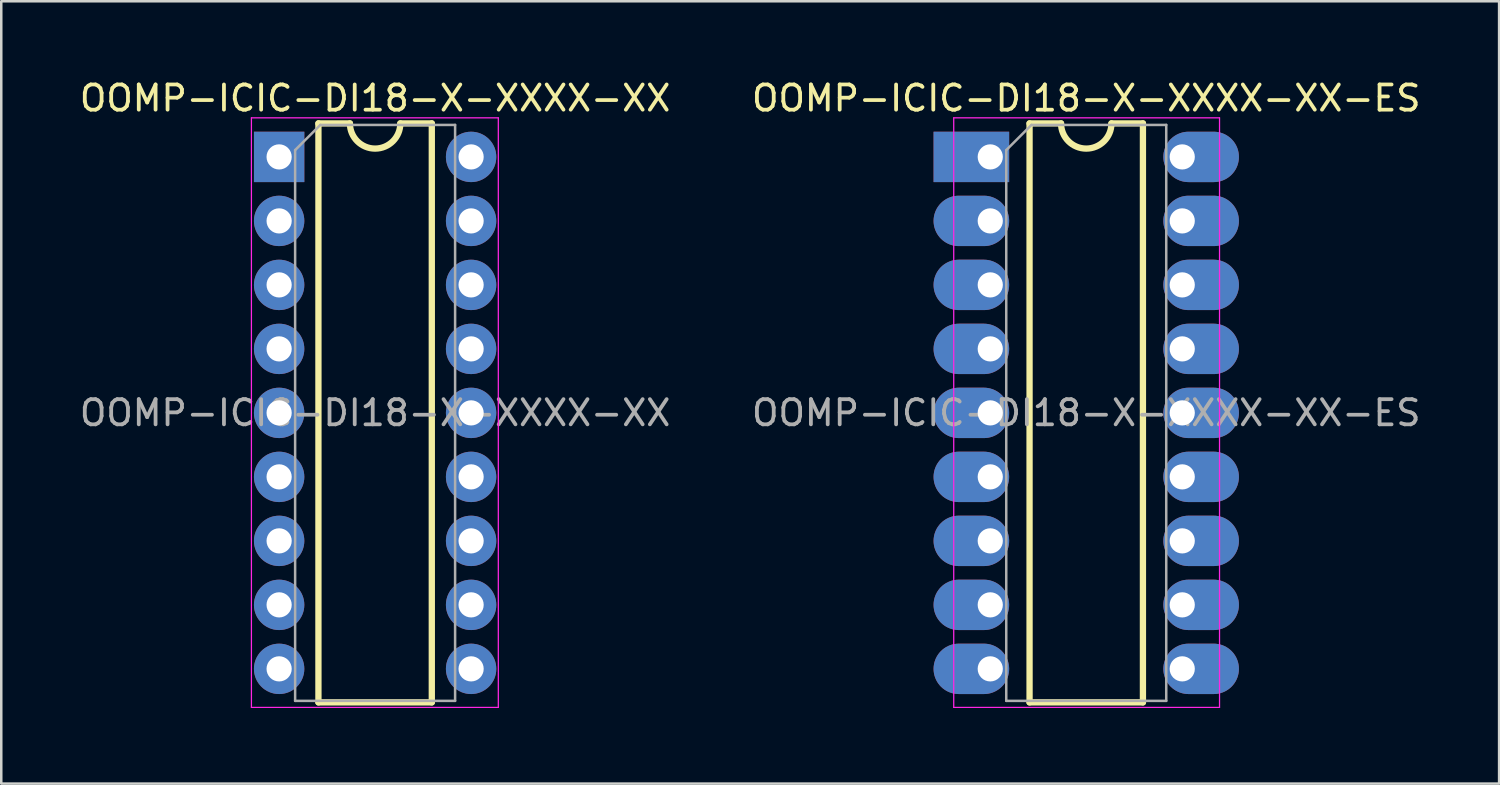
<source format=kicad_pcb>
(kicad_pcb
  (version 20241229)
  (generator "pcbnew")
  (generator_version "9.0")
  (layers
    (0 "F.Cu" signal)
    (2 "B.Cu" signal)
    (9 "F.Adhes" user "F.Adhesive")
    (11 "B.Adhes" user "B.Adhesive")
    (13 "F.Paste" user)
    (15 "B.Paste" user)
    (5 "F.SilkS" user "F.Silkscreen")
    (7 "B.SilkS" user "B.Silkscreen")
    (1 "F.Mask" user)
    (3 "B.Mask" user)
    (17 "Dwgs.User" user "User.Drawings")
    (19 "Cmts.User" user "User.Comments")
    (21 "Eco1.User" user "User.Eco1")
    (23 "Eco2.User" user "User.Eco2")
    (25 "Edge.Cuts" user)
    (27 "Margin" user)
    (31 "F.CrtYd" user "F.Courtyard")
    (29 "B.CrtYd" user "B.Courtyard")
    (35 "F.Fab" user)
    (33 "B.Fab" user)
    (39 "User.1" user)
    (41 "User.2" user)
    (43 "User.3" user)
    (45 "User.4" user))
  (footprint "OOMP-ICIC-DI18-X-XXXX-XX"
    (layer "F.Cu")
    (at 8.029 3.178)
    (property "Reference" "OOMP-ICIC-DI18-X-XXXX-XX" (at 3.81 -2.33 0) (layer "F.SilkS") (effects (font (size 1 1) (thickness 0.15))))
    (attr through_hole)
    (fp_line (start 1.56 -1.33) (end 1.56 21.65) (stroke (width 0.25) (type solid)) (layer "F.SilkS"))
    (fp_line (start 1.56 21.65) (end 6.06 21.65) (stroke (width 0.25) (type solid)) (layer "F.SilkS"))
    (fp_line (start 2.81 -1.33) (end 1.56 -1.33) (stroke (width 0.25) (type solid)) (layer "F.SilkS"))
    (fp_line (start 6.06 -1.33) (end 4.81 -1.33) (stroke (width 0.25) (type solid)) (layer "F.SilkS"))
    (fp_line (start 6.06 21.65) (end 6.06 -1.33) (stroke (width 0.25) (type solid)) (layer "F.SilkS"))
    (fp_arc (start 4.81 -1.33) (mid 3.81 -0.33) (end 2.81 -1.33) (stroke (width 0.25) (type solid)) (layer "F.SilkS"))
    (fp_line (start -1.1 -1.55) (end -1.1 21.85) (stroke (width 0.05) (type solid)) (layer "F.CrtYd"))
    (fp_line (start -1.1 21.85) (end 8.7 21.85) (stroke (width 0.05) (type solid)) (layer "F.CrtYd"))
    (fp_line (start 8.7 -1.55) (end -1.1 -1.55) (stroke (width 0.05) (type solid)) (layer "F.CrtYd"))
    (fp_line (start 8.7 21.85) (end 8.7 -1.55) (stroke (width 0.05) (type solid)) (layer "F.CrtYd"))
    (fp_line (start 0.635 -0.27) (end 1.635 -1.27) (stroke (width 0.1) (type solid)) (layer "F.Fab"))
    (fp_line (start 0.635 21.59) (end 0.635 -0.27) (stroke (width 0.1) (type solid)) (layer "F.Fab"))
    (fp_line (start 1.635 -1.27) (end 6.985 -1.27) (stroke (width 0.1) (type solid)) (layer "F.Fab"))
    (fp_line (start 6.985 -1.27) (end 6.985 21.59) (stroke (width 0.1) (type solid)) (layer "F.Fab"))
    (fp_line (start 6.985 21.59) (end 0.635 21.59) (stroke (width 0.1) (type solid)) (layer "F.Fab"))
    (fp_text user "${REFERENCE}" (at 3.81 10.16 0) (layer "F.Fab") (effects (font (size 1 1) (thickness 0.15))))
    (pad "1" thru_hole rect (at 0 0) (size 2 2) (drill 1) (layers "*.Cu" "*.Mask"))
    (pad "2" thru_hole oval (at 0 2.54) (size 2 2) (drill 1) (layers "*.Cu" "*.Mask"))
    (pad "3" thru_hole oval (at 0 5.08) (size 2 2) (drill 1) (layers "*.Cu" "*.Mask"))
    (pad "4" thru_hole oval (at 0 7.62) (size 2 2) (drill 1) (layers "*.Cu" "*.Mask"))
    (pad "5" thru_hole oval (at 0 10.16) (size 2 2) (drill 1) (layers "*.Cu" "*.Mask"))
    (pad "6" thru_hole oval (at 0 12.7) (size 2 2) (drill 1) (layers "*.Cu" "*.Mask"))
    (pad "7" thru_hole oval (at 0 15.24) (size 2 2) (drill 1) (layers "*.Cu" "*.Mask"))
    (pad "8" thru_hole oval (at 0 17.78) (size 2 2) (drill 1) (layers "*.Cu" "*.Mask"))
    (pad "9" thru_hole oval (at 0 20.32) (size 2 2) (drill 1) (layers "*.Cu" "*.Mask"))
    (pad "10" thru_hole oval (at 7.62 20.32) (size 2 2) (drill 1) (layers "*.Cu" "*.Mask"))
    (pad "11" thru_hole oval (at 7.62 17.78) (size 2 2) (drill 1) (layers "*.Cu" "*.Mask"))
    (pad "12" thru_hole oval (at 7.62 15.24) (size 2 2) (drill 1) (layers "*.Cu" "*.Mask"))
    (pad "13" thru_hole oval (at 7.62 12.7) (size 2 2) (drill 1) (layers "*.Cu" "*.Mask"))
    (pad "14" thru_hole oval (at 7.62 10.16) (size 2 2) (drill 1) (layers "*.Cu" "*.Mask"))
    (pad "15" thru_hole oval (at 7.62 7.62) (size 2 2) (drill 1) (layers "*.Cu" "*.Mask"))
    (pad "16" thru_hole oval (at 7.62 5.08) (size 2 2) (drill 1) (layers "*.Cu" "*.Mask"))
    (pad "17" thru_hole oval (at 7.62 2.54) (size 2 2) (drill 1) (layers "*.Cu" "*.Mask"))
    (pad "18" thru_hole oval (at 7.62 0) (size 2 2) (drill 1) (layers "*.Cu" "*.Mask")))
  (footprint "OOMP-ICIC-DI18-X-XXXX-XX-ES"
    (layer "F.Cu")
    (at 36.255 3.178)
    (property "Reference" "OOMP-ICIC-DI18-X-XXXX-XX-ES" (at 3.81 -2.33 0) (layer "F.SilkS") (effects (font (size 1 1) (thickness 0.15))))
    (attr through_hole)
    (fp_line (start 1.56 -1.33) (end 1.56 21.65) (stroke (width 0.25) (type solid)) (layer "F.SilkS"))
    (fp_line (start 1.56 21.65) (end 6.06 21.65) (stroke (width 0.25) (type solid)) (layer "F.SilkS"))
    (fp_line (start 2.81 -1.33) (end 1.56 -1.33) (stroke (width 0.25) (type solid)) (layer "F.SilkS"))
    (fp_line (start 6.06 -1.33) (end 4.81 -1.33) (stroke (width 0.25) (type solid)) (layer "F.SilkS"))
    (fp_line (start 6.06 21.65) (end 6.06 -1.33) (stroke (width 0.25) (type solid)) (layer "F.SilkS"))
    (fp_arc (start 4.81 -1.33) (mid 3.81 -0.33) (end 2.81 -1.33) (stroke (width 0.25) (type solid)) (layer "F.SilkS"))
    (fp_line (start -1.45 -1.55) (end -1.45 21.85) (stroke (width 0.05) (type solid)) (layer "F.CrtYd"))
    (fp_line (start -1.45 21.85) (end 9.1 21.85) (stroke (width 0.05) (type solid)) (layer "F.CrtYd"))
    (fp_line (start 9.1 -1.55) (end -1.45 -1.55) (stroke (width 0.05) (type solid)) (layer "F.CrtYd"))
    (fp_line (start 9.1 21.85) (end 9.1 -1.55) (stroke (width 0.05) (type solid)) (layer "F.CrtYd"))
    (fp_line (start 0.635 -0.27) (end 1.635 -1.27) (stroke (width 0.1) (type solid)) (layer "F.Fab"))
    (fp_line (start 0.635 21.59) (end 0.635 -0.27) (stroke (width 0.1) (type solid)) (layer "F.Fab"))
    (fp_line (start 1.635 -1.27) (end 6.985 -1.27) (stroke (width 0.1) (type solid)) (layer "F.Fab"))
    (fp_line (start 6.985 -1.27) (end 6.985 21.59) (stroke (width 0.1) (type solid)) (layer "F.Fab"))
    (fp_line (start 6.985 21.59) (end 0.635 21.59) (stroke (width 0.1) (type solid)) (layer "F.Fab"))
    (fp_text user "${REFERENCE}" (at 3.81 10.16 0) (layer "F.Fab") (effects (font (size 1 1) (thickness 0.15))))
    (pad "1" thru_hole rect (at 0 0) (size 3 2) (drill 1 (offset -0.75 0)) (layers "*.Cu" "*.Mask"))
    (pad "2" thru_hole oval (at 0 2.54) (size 3 2) (drill 1 (offset -0.75 0)) (layers "*.Cu" "*.Mask"))
    (pad "3" thru_hole oval (at 0 5.08) (size 3 2) (drill 1 (offset -0.75 0)) (layers "*.Cu" "*.Mask"))
    (pad "4" thru_hole oval (at 0 7.62) (size 3 2) (drill 1 (offset -0.75 0)) (layers "*.Cu" "*.Mask"))
    (pad "5" thru_hole oval (at 0 10.16) (size 3 2) (drill 1 (offset -0.75 0)) (layers "*.Cu" "*.Mask"))
    (pad "6" thru_hole oval (at 0 12.7) (size 3 2) (drill 1 (offset -0.75 0)) (layers "*.Cu" "*.Mask"))
    (pad "7" thru_hole oval (at 0 15.24) (size 3 2) (drill 1 (offset -0.75 0)) (layers "*.Cu" "*.Mask"))
    (pad "8" thru_hole oval (at 0 17.78) (size 3 2) (drill 1 (offset -0.75 0)) (layers "*.Cu" "*.Mask"))
    (pad "9" thru_hole oval (at 0 20.32) (size 3 2) (drill 1 (offset -0.75 0)) (layers "*.Cu" "*.Mask"))
    (pad "10" thru_hole oval (at 7.62 20.32) (size 3 2) (drill 1 (offset 0.75 0)) (layers "*.Cu" "*.Mask"))
    (pad "11" thru_hole oval (at 7.62 17.78) (size 3 2) (drill 1 (offset 0.75 0)) (layers "*.Cu" "*.Mask"))
    (pad "12" thru_hole oval (at 7.62 15.24) (size 3 2) (drill 1 (offset 0.75 0)) (layers "*.Cu" "*.Mask"))
    (pad "13" thru_hole oval (at 7.62 12.7) (size 3 2) (drill 1 (offset 0.75 0)) (layers "*.Cu" "*.Mask"))
    (pad "14" thru_hole oval (at 7.62 10.16) (size 3 2) (drill 1 (offset 0.75 0)) (layers "*.Cu" "*.Mask"))
    (pad "15" thru_hole oval (at 7.62 7.62) (size 3 2) (drill 1 (offset 0.75 0)) (layers "*.Cu" "*.Mask"))
    (pad "16" thru_hole oval (at 7.62 5.08) (size 3 2) (drill 1 (offset 0.75 0)) (layers "*.Cu" "*.Mask"))
    (pad "17" thru_hole oval (at 7.62 2.54) (size 3 2) (drill 1 (offset 0.75 0)) (layers "*.Cu" "*.Mask"))
    (pad "18" thru_hole oval (at 7.62 0) (size 3 2) (drill 1 (offset 0.75 0)) (layers "*.Cu" "*.Mask")))
  (gr_rect
    (start -3 -3)
    (end 56.452 28.053)
    (stroke (width 0.1) (type default))
    (fill no)
    (layer "Edge.Cuts")))
</source>
